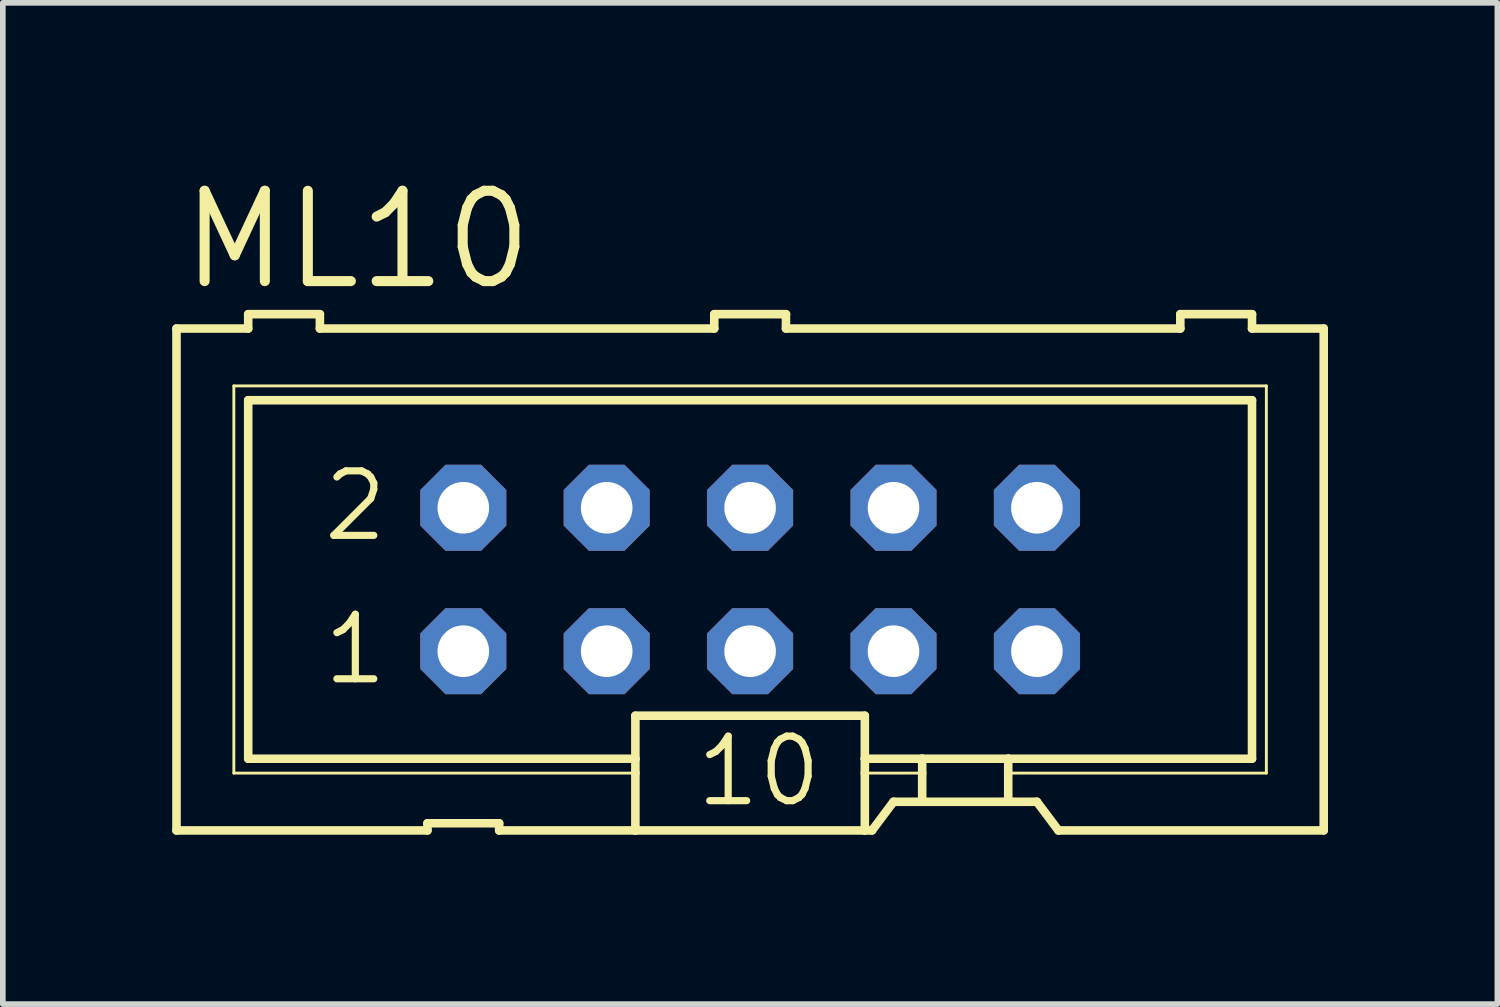
<source format=kicad_pcb>
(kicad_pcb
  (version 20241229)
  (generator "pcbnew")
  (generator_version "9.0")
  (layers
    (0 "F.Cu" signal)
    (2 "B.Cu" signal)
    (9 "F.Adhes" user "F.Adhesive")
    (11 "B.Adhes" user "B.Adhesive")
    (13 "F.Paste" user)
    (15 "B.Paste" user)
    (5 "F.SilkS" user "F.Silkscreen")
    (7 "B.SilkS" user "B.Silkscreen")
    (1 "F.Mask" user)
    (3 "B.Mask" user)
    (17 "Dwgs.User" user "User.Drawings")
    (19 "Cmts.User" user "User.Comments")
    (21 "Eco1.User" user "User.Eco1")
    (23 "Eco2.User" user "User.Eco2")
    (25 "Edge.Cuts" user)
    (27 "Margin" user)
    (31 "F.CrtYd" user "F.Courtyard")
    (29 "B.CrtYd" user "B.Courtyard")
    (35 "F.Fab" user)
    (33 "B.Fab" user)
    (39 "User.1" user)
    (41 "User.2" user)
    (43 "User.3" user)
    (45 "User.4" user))
  (footprint "ML10"
    (layer "F.Cu")
    (at 10.236 7.214)
    (property "Reference" "ML10" (at -10.16 -5.08 0) (layer "F.SilkS") (effects (font (size 1.6 1.6) (thickness 0.178)) (justify left bottom)))
    (fp_line (start -10.16 -4.445) (end -10.16 4.445) (stroke (width 0.152) (type solid)) (layer "F.SilkS"))
    (fp_line (start -10.16 -4.445) (end -8.89 -4.445) (stroke (width 0.152) (type solid)) (layer "F.SilkS"))
    (fp_line (start -9.144 -3.429) (end -9.144 3.429) (stroke (width 0.051) (type solid)) (layer "F.SilkS"))
    (fp_line (start -9.144 3.429) (end -2.032 3.429) (stroke (width 0.051) (type solid)) (layer "F.SilkS"))
    (fp_line (start -8.89 -4.699) (end -8.89 -4.445) (stroke (width 0.152) (type solid)) (layer "F.SilkS"))
    (fp_line (start -8.89 -3.175) (end -8.89 3.175) (stroke (width 0.152) (type solid)) (layer "F.SilkS"))
    (fp_line (start -8.89 -3.175) (end 8.89 -3.175) (stroke (width 0.152) (type solid)) (layer "F.SilkS"))
    (fp_line (start -7.62 -4.699) (end -8.89 -4.699) (stroke (width 0.152) (type solid)) (layer "F.SilkS"))
    (fp_line (start -7.62 -4.699) (end -7.62 -4.445) (stroke (width 0.152) (type solid)) (layer "F.SilkS"))
    (fp_line (start -7.62 -4.445) (end -0.635 -4.445) (stroke (width 0.152) (type solid)) (layer "F.SilkS"))
    (fp_line (start -5.715 4.445) (end -10.16 4.445) (stroke (width 0.152) (type solid)) (layer "F.SilkS"))
    (fp_line (start -5.715 4.445) (end -5.715 4.318) (stroke (width 0.152) (type solid)) (layer "F.SilkS"))
    (fp_line (start -4.445 4.318) (end -5.715 4.318) (stroke (width 0.152) (type solid)) (layer "F.SilkS"))
    (fp_line (start -4.445 4.318) (end -4.445 4.445) (stroke (width 0.152) (type solid)) (layer "F.SilkS"))
    (fp_line (start -2.032 3.175) (end -8.89 3.175) (stroke (width 0.152) (type solid)) (layer "F.SilkS"))
    (fp_line (start -2.032 3.175) (end -2.032 2.413) (stroke (width 0.152) (type solid)) (layer "F.SilkS"))
    (fp_line (start -2.032 3.175) (end -2.032 3.429) (stroke (width 0.152) (type solid)) (layer "F.SilkS"))
    (fp_line (start -2.032 3.429) (end -2.032 4.445) (stroke (width 0.152) (type solid)) (layer "F.SilkS"))
    (fp_line (start -2.032 4.445) (end -4.445 4.445) (stroke (width 0.152) (type solid)) (layer "F.SilkS"))
    (fp_line (start -0.635 -4.699) (end -0.635 -4.445) (stroke (width 0.152) (type solid)) (layer "F.SilkS"))
    (fp_line (start 0.635 -4.699) (end -0.635 -4.699) (stroke (width 0.152) (type solid)) (layer "F.SilkS"))
    (fp_line (start 0.635 -4.699) (end 0.635 -4.445) (stroke (width 0.152) (type solid)) (layer "F.SilkS"))
    (fp_line (start 0.635 -4.445) (end 7.62 -4.445) (stroke (width 0.152) (type solid)) (layer "F.SilkS"))
    (fp_line (start 2.032 2.413) (end -2.032 2.413) (stroke (width 0.152) (type solid)) (layer "F.SilkS"))
    (fp_line (start 2.032 2.413) (end 2.032 3.175) (stroke (width 0.152) (type solid)) (layer "F.SilkS"))
    (fp_line (start 2.032 3.175) (end 2.032 3.429) (stroke (width 0.152) (type solid)) (layer "F.SilkS"))
    (fp_line (start 2.032 3.429) (end 2.032 4.445) (stroke (width 0.152) (type solid)) (layer "F.SilkS"))
    (fp_line (start 2.032 4.445) (end -2.032 4.445) (stroke (width 0.152) (type solid)) (layer "F.SilkS"))
    (fp_line (start 2.159 4.445) (end 2.032 4.445) (stroke (width 0.152) (type solid)) (layer "F.SilkS"))
    (fp_line (start 2.159 4.445) (end 2.54 3.937) (stroke (width 0.152) (type solid)) (layer "F.SilkS"))
    (fp_line (start 3.048 3.175) (end 2.032 3.175) (stroke (width 0.152) (type solid)) (layer "F.SilkS"))
    (fp_line (start 3.048 3.175) (end 3.048 3.429) (stroke (width 0.152) (type solid)) (layer "F.SilkS"))
    (fp_line (start 3.048 3.429) (end 2.032 3.429) (stroke (width 0.051) (type solid)) (layer "F.SilkS"))
    (fp_line (start 3.048 3.429) (end 3.048 3.937) (stroke (width 0.152) (type solid)) (layer "F.SilkS"))
    (fp_line (start 3.048 3.937) (end 2.54 3.937) (stroke (width 0.152) (type solid)) (layer "F.SilkS"))
    (fp_line (start 4.572 3.175) (end 3.048 3.175) (stroke (width 0.152) (type solid)) (layer "F.SilkS"))
    (fp_line (start 4.572 3.175) (end 4.572 3.429) (stroke (width 0.152) (type solid)) (layer "F.SilkS"))
    (fp_line (start 4.572 3.429) (end 4.572 3.937) (stroke (width 0.152) (type solid)) (layer "F.SilkS"))
    (fp_line (start 4.572 3.429) (end 9.144 3.429) (stroke (width 0.051) (type solid)) (layer "F.SilkS"))
    (fp_line (start 4.572 3.937) (end 3.048 3.937) (stroke (width 0.152) (type solid)) (layer "F.SilkS"))
    (fp_line (start 5.08 3.937) (end 4.572 3.937) (stroke (width 0.152) (type solid)) (layer "F.SilkS"))
    (fp_line (start 5.08 3.937) (end 5.461 4.445) (stroke (width 0.152) (type solid)) (layer "F.SilkS"))
    (fp_line (start 7.62 -4.445) (end 7.62 -4.699) (stroke (width 0.152) (type solid)) (layer "F.SilkS"))
    (fp_line (start 8.89 -4.699) (end 7.62 -4.699) (stroke (width 0.152) (type solid)) (layer "F.SilkS"))
    (fp_line (start 8.89 -4.445) (end 8.89 -4.699) (stroke (width 0.152) (type solid)) (layer "F.SilkS"))
    (fp_line (start 8.89 -4.445) (end 10.16 -4.445) (stroke (width 0.152) (type solid)) (layer "F.SilkS"))
    (fp_line (start 8.89 3.175) (end 4.572 3.175) (stroke (width 0.152) (type solid)) (layer "F.SilkS"))
    (fp_line (start 8.89 3.175) (end 8.89 -3.175) (stroke (width 0.152) (type solid)) (layer "F.SilkS"))
    (fp_line (start 9.144 -3.429) (end -9.144 -3.429) (stroke (width 0.051) (type solid)) (layer "F.SilkS"))
    (fp_line (start 9.144 3.429) (end 9.144 -3.429) (stroke (width 0.051) (type solid)) (layer "F.SilkS"))
    (fp_line (start 10.16 4.445) (end 5.461 4.445) (stroke (width 0.152) (type solid)) (layer "F.SilkS"))
    (fp_line (start 10.16 4.445) (end 10.16 -4.445) (stroke (width 0.152) (type solid)) (layer "F.SilkS"))
    (fp_poly (pts (xy -5.334 -1.016) (xy -4.826 -1.016) (xy -4.826 -1.524) (xy -5.334 -1.524)) (stroke (width 0.1) (type default)) (fill no) (layer "F.Fab"))
    (fp_poly (pts (xy -5.334 1.524) (xy -4.826 1.524) (xy -4.826 1.016) (xy -5.334 1.016)) (stroke (width 0.1) (type default)) (fill no) (layer "F.Fab"))
    (fp_poly (pts (xy -2.794 -1.016) (xy -2.286 -1.016) (xy -2.286 -1.524) (xy -2.794 -1.524)) (stroke (width 0.1) (type default)) (fill no) (layer "F.Fab"))
    (fp_poly (pts (xy -2.794 1.524) (xy -2.286 1.524) (xy -2.286 1.016) (xy -2.794 1.016)) (stroke (width 0.1) (type default)) (fill no) (layer "F.Fab"))
    (fp_poly (pts (xy -0.254 -1.016) (xy 0.254 -1.016) (xy 0.254 -1.524) (xy -0.254 -1.524)) (stroke (width 0.1) (type default)) (fill no) (layer "F.Fab"))
    (fp_poly (pts (xy -0.254 1.524) (xy 0.254 1.524) (xy 0.254 1.016) (xy -0.254 1.016)) (stroke (width 0.1) (type default)) (fill no) (layer "F.Fab"))
    (fp_poly (pts (xy 2.286 -1.016) (xy 2.794 -1.016) (xy 2.794 -1.524) (xy 2.286 -1.524)) (stroke (width 0.1) (type default)) (fill no) (layer "F.Fab"))
    (fp_poly (pts (xy 2.286 1.524) (xy 2.794 1.524) (xy 2.794 1.016) (xy 2.286 1.016)) (stroke (width 0.1) (type default)) (fill no) (layer "F.Fab"))
    (fp_poly (pts (xy 4.826 -1.016) (xy 5.334 -1.016) (xy 5.334 -1.524) (xy 4.826 -1.524)) (stroke (width 0.1) (type default)) (fill no) (layer "F.Fab"))
    (fp_poly (pts (xy 4.826 1.524) (xy 5.334 1.524) (xy 5.334 1.016) (xy 4.826 1.016)) (stroke (width 0.1) (type default)) (fill no) (layer "F.Fab"))
    (fp_text user "1" (at -7.62 1.905 0) (layer "F.SilkS") (effects (font (size 1.143 1.143) (thickness 0.127)) (justify left bottom)))
    (fp_text user "2" (at -7.62 -0.635 0) (layer "F.SilkS") (effects (font (size 1.143 1.143) (thickness 0.127)) (justify left bottom)))
    (fp_text user "10" (at -1.016 4.064 0) (layer "F.SilkS") (effects (font (size 1.143 1.143) (thickness 0.127)) (justify left bottom)))
    (pad "1" thru_hole roundrect (at -5.08 1.27) (size 1.524 1.524) (drill 0.914) (layers "*.Cu" "*.Mask") (roundrect_rratio 0.25) (chamfer_ratio 0.293) (chamfer top_left top_right bottom_left bottom_right))
    (pad "2" thru_hole roundrect (at -5.08 -1.27) (size 1.524 1.524) (drill 0.914) (layers "*.Cu" "*.Mask") (roundrect_rratio 0.25) (chamfer_ratio 0.293) (chamfer top_left top_right bottom_left bottom_right))
    (pad "3" thru_hole roundrect (at -2.54 1.27) (size 1.524 1.524) (drill 0.914) (layers "*.Cu" "*.Mask") (roundrect_rratio 0.25) (chamfer_ratio 0.293) (chamfer top_left top_right bottom_left bottom_right))
    (pad "4" thru_hole roundrect (at -2.54 -1.27) (size 1.524 1.524) (drill 0.914) (layers "*.Cu" "*.Mask") (roundrect_rratio 0.25) (chamfer_ratio 0.293) (chamfer top_left top_right bottom_left bottom_right))
    (pad "5" thru_hole roundrect (at 0 1.27) (size 1.524 1.524) (drill 0.914) (layers "*.Cu" "*.Mask") (roundrect_rratio 0.25) (chamfer_ratio 0.293) (chamfer top_left top_right bottom_left bottom_right))
    (pad "6" thru_hole roundrect (at 0 -1.27) (size 1.524 1.524) (drill 0.914) (layers "*.Cu" "*.Mask") (roundrect_rratio 0.25) (chamfer_ratio 0.293) (chamfer top_left top_right bottom_left bottom_right))
    (pad "7" thru_hole roundrect (at 2.54 1.27) (size 1.524 1.524) (drill 0.914) (layers "*.Cu" "*.Mask") (roundrect_rratio 0.25) (chamfer_ratio 0.293) (chamfer top_left top_right bottom_left bottom_right))
    (pad "8" thru_hole roundrect (at 2.54 -1.27) (size 1.524 1.524) (drill 0.914) (layers "*.Cu" "*.Mask") (roundrect_rratio 0.25) (chamfer_ratio 0.293) (chamfer top_left top_right bottom_left bottom_right))
    (pad "9" thru_hole roundrect (at 5.08 1.27) (size 1.524 1.524) (drill 0.914) (layers "*.Cu" "*.Mask") (roundrect_rratio 0.25) (chamfer_ratio 0.293) (chamfer top_left top_right bottom_left bottom_right))
    (pad "10" thru_hole roundrect (at 5.08 -1.27) (size 1.524 1.524) (drill 0.914) (layers "*.Cu" "*.Mask") (roundrect_rratio 0.25) (chamfer_ratio 0.293) (chamfer top_left top_right bottom_left bottom_right)))
  (gr_rect
    (start -3 -3)
    (end 23.472 14.735)
    (stroke (width 0.1) (type default))
    (fill no)
    (layer "Edge.Cuts")))
</source>
